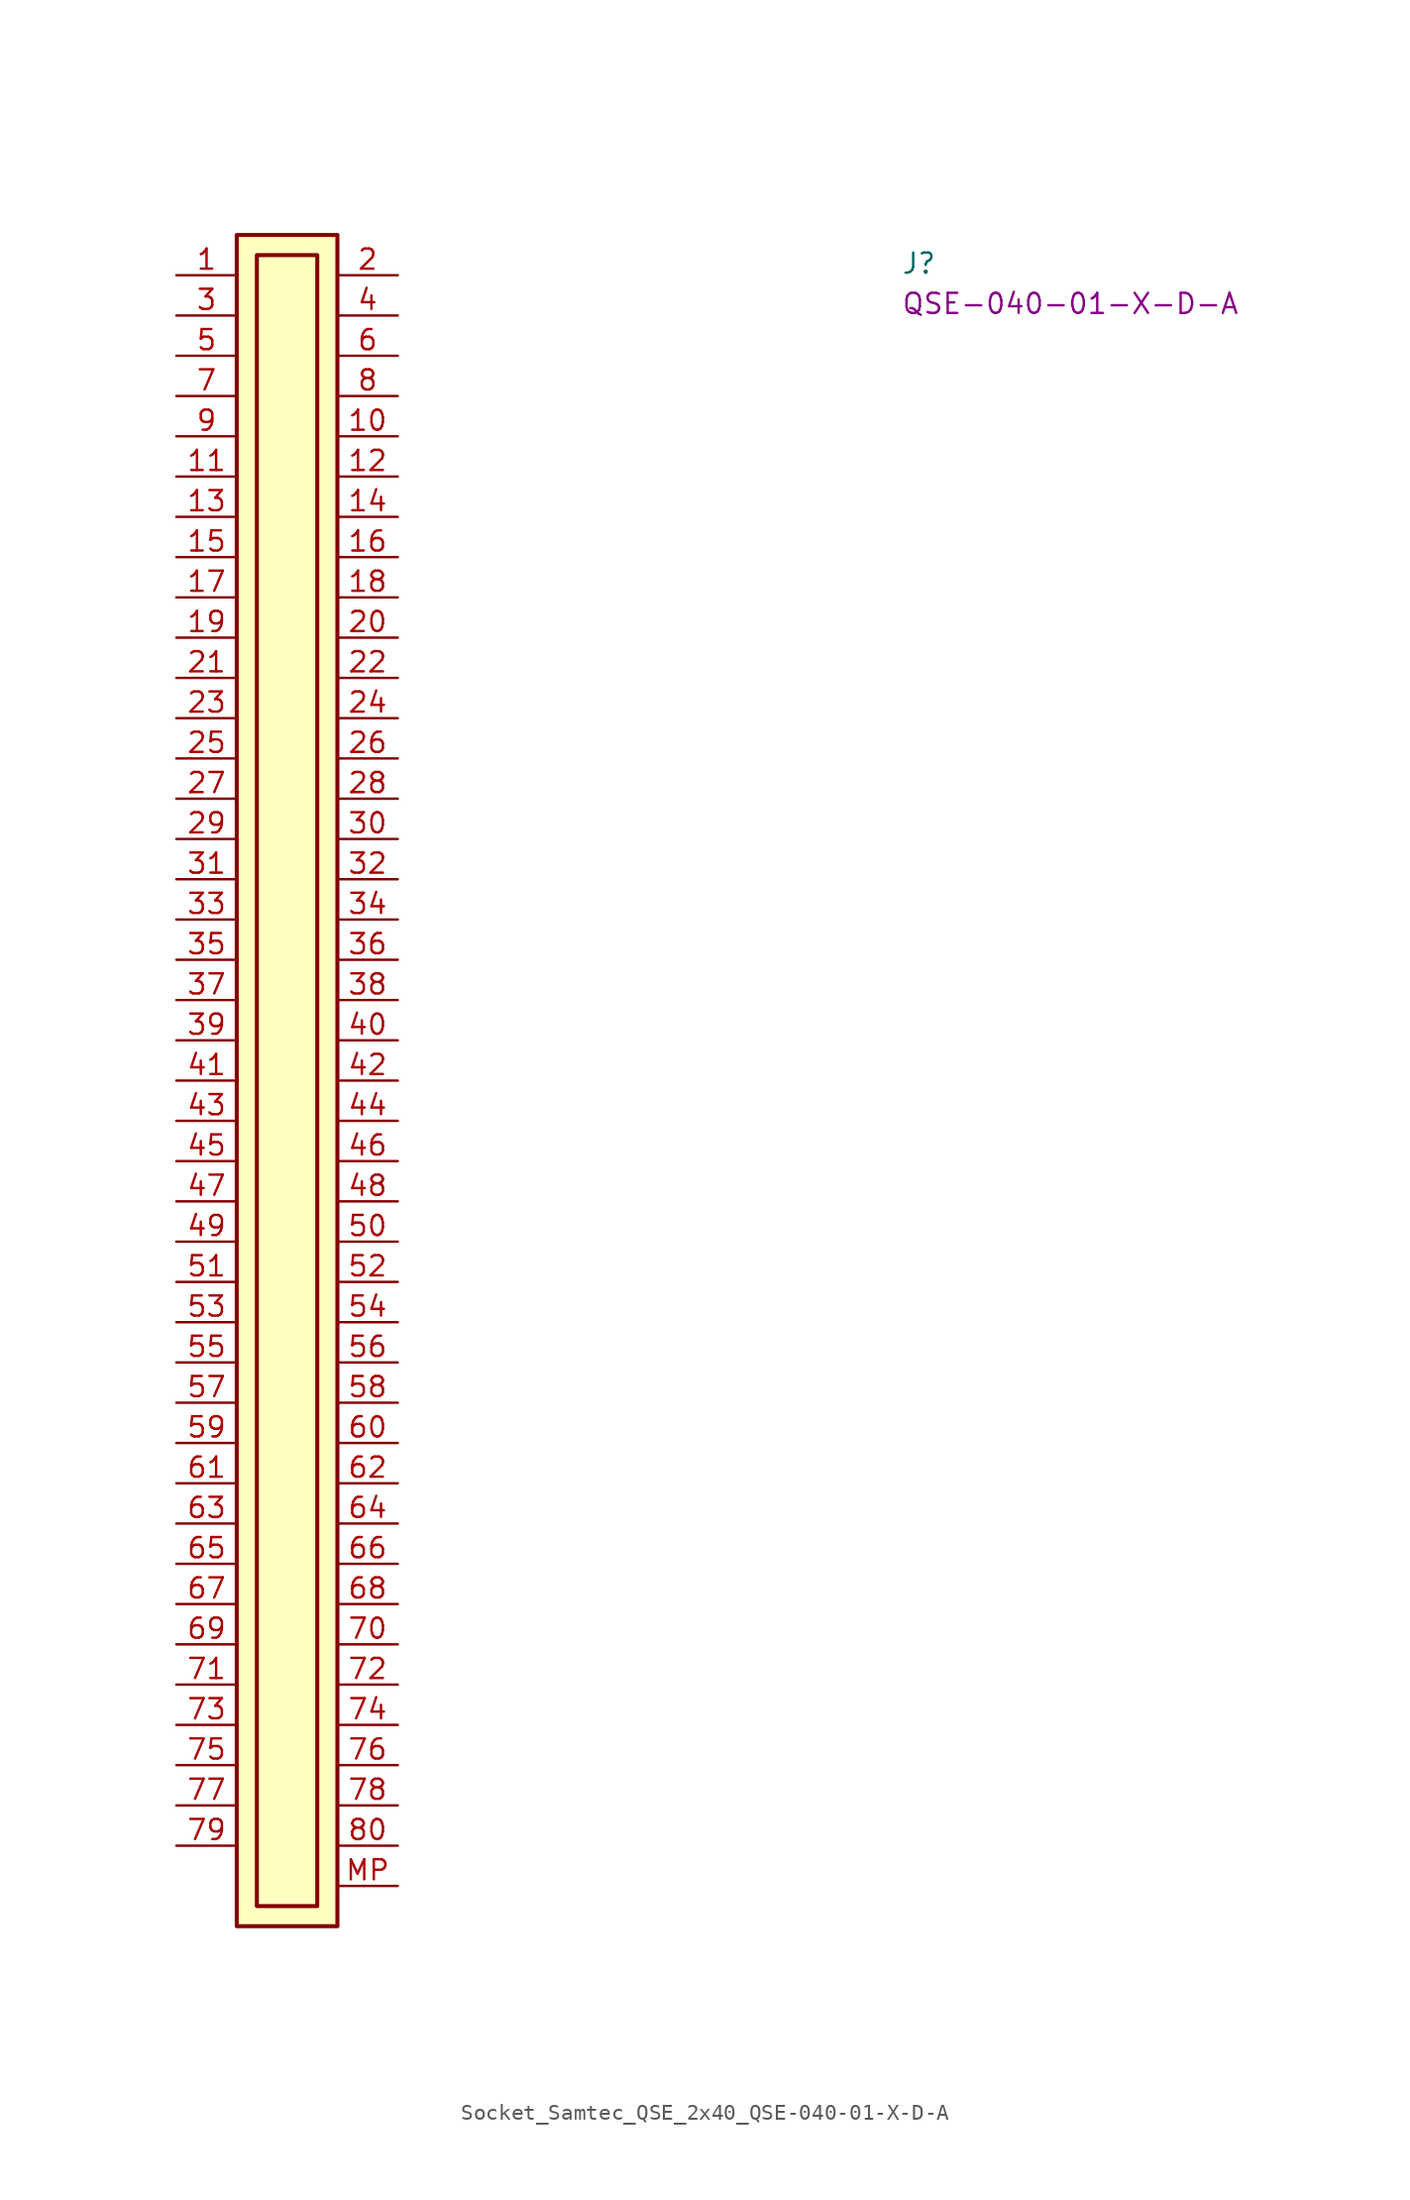
<source format=kicad_sym>
(kicad_symbol_lib
  (version 20220914)
  (generator kicad_symbol_editor)
  (symbol "Socket_Samtec_QSE_2x40_QSE-040-01-X-D-A"
    (pin_names hide)
    (property "Reference" "J"
      (at 45.72 0 0)
      (effects (font (size 1.27 1.27) (thickness 0.15)) (justify left bottom)))
    (property "MPN" "QSE-040-01-X-D-A"
      (at 45.72 -2.54 0)
      (effects (font (size 1.27 1.27) (thickness 0.15)) (justify left bottom)))
    (symbol "Socket_Samtec_QSE_2x40_QSE-040-01-X-D-A_1_1"
      (rectangle (start 3.81 2.54) (end 10.16 -104.14) (stroke (width 0.254) (type default)) (fill (type background)))
      (rectangle (start 5.08 1.27) (end 8.89 -102.87) (stroke (width 0.254) (type default)) (fill (type background)))
      (pin passive line (at 0 0 0) (length 3.81) (name "~" (effects (font (size 1.27 1.27)))) (number "1" (effects (font (size 1.27 1.27)))))
      (pin passive line (at 13.97 -10.16 180) (length 3.81) (name "~" (effects (font (size 1.27 1.27)))) (number "10" (effects (font (size 1.27 1.27)))))
      (pin passive line (at 0 -12.7 0) (length 3.81) (name "~" (effects (font (size 1.27 1.27)))) (number "11" (effects (font (size 1.27 1.27)))))
      (pin passive line (at 13.97 -12.7 180) (length 3.81) (name "~" (effects (font (size 1.27 1.27)))) (number "12" (effects (font (size 1.27 1.27)))))
      (pin passive line (at 0 -15.24 0) (length 3.81) (name "~" (effects (font (size 1.27 1.27)))) (number "13" (effects (font (size 1.27 1.27)))))
      (pin passive line (at 13.97 -15.24 180) (length 3.81) (name "~" (effects (font (size 1.27 1.27)))) (number "14" (effects (font (size 1.27 1.27)))))
      (pin passive line (at 0 -17.78 0) (length 3.81) (name "~" (effects (font (size 1.27 1.27)))) (number "15" (effects (font (size 1.27 1.27)))))
      (pin passive line (at 13.97 -17.78 180) (length 3.81) (name "~" (effects (font (size 1.27 1.27)))) (number "16" (effects (font (size 1.27 1.27)))))
      (pin passive line (at 0 -20.32 0) (length 3.81) (name "~" (effects (font (size 1.27 1.27)))) (number "17" (effects (font (size 1.27 1.27)))))
      (pin passive line (at 13.97 -20.32 180) (length 3.81) (name "~" (effects (font (size 1.27 1.27)))) (number "18" (effects (font (size 1.27 1.27)))))
      (pin passive line (at 0 -22.86 0) (length 3.81) (name "~" (effects (font (size 1.27 1.27)))) (number "19" (effects (font (size 1.27 1.27)))))
      (pin passive line (at 13.97 0 180) (length 3.81) (name "~" (effects (font (size 1.27 1.27)))) (number "2" (effects (font (size 1.27 1.27)))))
      (pin passive line (at 13.97 -22.86 180) (length 3.81) (name "~" (effects (font (size 1.27 1.27)))) (number "20" (effects (font (size 1.27 1.27)))))
      (pin passive line (at 0 -25.4 0) (length 3.81) (name "~" (effects (font (size 1.27 1.27)))) (number "21" (effects (font (size 1.27 1.27)))))
      (pin passive line (at 13.97 -25.4 180) (length 3.81) (name "~" (effects (font (size 1.27 1.27)))) (number "22" (effects (font (size 1.27 1.27)))))
      (pin passive line (at 0 -27.94 0) (length 3.81) (name "~" (effects (font (size 1.27 1.27)))) (number "23" (effects (font (size 1.27 1.27)))))
      (pin passive line (at 13.97 -27.94 180) (length 3.81) (name "~" (effects (font (size 1.27 1.27)))) (number "24" (effects (font (size 1.27 1.27)))))
      (pin passive line (at 0 -30.48 0) (length 3.81) (name "~" (effects (font (size 1.27 1.27)))) (number "25" (effects (font (size 1.27 1.27)))))
      (pin passive line (at 13.97 -30.48 180) (length 3.81) (name "~" (effects (font (size 1.27 1.27)))) (number "26" (effects (font (size 1.27 1.27)))))
      (pin passive line (at 0 -33.02 0) (length 3.81) (name "~" (effects (font (size 1.27 1.27)))) (number "27" (effects (font (size 1.27 1.27)))))
      (pin passive line (at 13.97 -33.02 180) (length 3.81) (name "~" (effects (font (size 1.27 1.27)))) (number "28" (effects (font (size 1.27 1.27)))))
      (pin passive line (at 0 -35.56 0) (length 3.81) (name "~" (effects (font (size 1.27 1.27)))) (number "29" (effects (font (size 1.27 1.27)))))
      (pin passive line (at 0 -2.54 0) (length 3.81) (name "~" (effects (font (size 1.27 1.27)))) (number "3" (effects (font (size 1.27 1.27)))))
      (pin passive line (at 13.97 -35.56 180) (length 3.81) (name "~" (effects (font (size 1.27 1.27)))) (number "30" (effects (font (size 1.27 1.27)))))
      (pin passive line (at 0 -38.1 0) (length 3.81) (name "~" (effects (font (size 1.27 1.27)))) (number "31" (effects (font (size 1.27 1.27)))))
      (pin passive line (at 13.97 -38.1 180) (length 3.81) (name "~" (effects (font (size 1.27 1.27)))) (number "32" (effects (font (size 1.27 1.27)))))
      (pin passive line (at 0 -40.64 0) (length 3.81) (name "~" (effects (font (size 1.27 1.27)))) (number "33" (effects (font (size 1.27 1.27)))))
      (pin passive line (at 13.97 -40.64 180) (length 3.81) (name "~" (effects (font (size 1.27 1.27)))) (number "34" (effects (font (size 1.27 1.27)))))
      (pin passive line (at 0 -43.18 0) (length 3.81) (name "~" (effects (font (size 1.27 1.27)))) (number "35" (effects (font (size 1.27 1.27)))))
      (pin passive line (at 13.97 -43.18 180) (length 3.81) (name "~" (effects (font (size 1.27 1.27)))) (number "36" (effects (font (size 1.27 1.27)))))
      (pin passive line (at 0 -45.72 0) (length 3.81) (name "~" (effects (font (size 1.27 1.27)))) (number "37" (effects (font (size 1.27 1.27)))))
      (pin passive line (at 13.97 -45.72 180) (length 3.81) (name "~" (effects (font (size 1.27 1.27)))) (number "38" (effects (font (size 1.27 1.27)))))
      (pin passive line (at 0 -48.26 0) (length 3.81) (name "~" (effects (font (size 1.27 1.27)))) (number "39" (effects (font (size 1.27 1.27)))))
      (pin passive line (at 13.97 -2.54 180) (length 3.81) (name "~" (effects (font (size 1.27 1.27)))) (number "4" (effects (font (size 1.27 1.27)))))
      (pin passive line (at 13.97 -48.26 180) (length 3.81) (name "~" (effects (font (size 1.27 1.27)))) (number "40" (effects (font (size 1.27 1.27)))))
      (pin passive line (at 0 -50.8 0) (length 3.81) (name "~" (effects (font (size 1.27 1.27)))) (number "41" (effects (font (size 1.27 1.27)))))
      (pin passive line (at 13.97 -50.8 180) (length 3.81) (name "~" (effects (font (size 1.27 1.27)))) (number "42" (effects (font (size 1.27 1.27)))))
      (pin passive line (at 0 -53.34 0) (length 3.81) (name "~" (effects (font (size 1.27 1.27)))) (number "43" (effects (font (size 1.27 1.27)))))
      (pin passive line (at 13.97 -53.34 180) (length 3.81) (name "~" (effects (font (size 1.27 1.27)))) (number "44" (effects (font (size 1.27 1.27)))))
      (pin passive line (at 0 -55.88 0) (length 3.81) (name "~" (effects (font (size 1.27 1.27)))) (number "45" (effects (font (size 1.27 1.27)))))
      (pin passive line (at 13.97 -55.88 180) (length 3.81) (name "~" (effects (font (size 1.27 1.27)))) (number "46" (effects (font (size 1.27 1.27)))))
      (pin passive line (at 0 -58.42 0) (length 3.81) (name "~" (effects (font (size 1.27 1.27)))) (number "47" (effects (font (size 1.27 1.27)))))
      (pin passive line (at 13.97 -58.42 180) (length 3.81) (name "~" (effects (font (size 1.27 1.27)))) (number "48" (effects (font (size 1.27 1.27)))))
      (pin passive line (at 0 -60.96 0) (length 3.81) (name "~" (effects (font (size 1.27 1.27)))) (number "49" (effects (font (size 1.27 1.27)))))
      (pin passive line (at 0 -5.08 0) (length 3.81) (name "~" (effects (font (size 1.27 1.27)))) (number "5" (effects (font (size 1.27 1.27)))))
      (pin passive line (at 13.97 -60.96 180) (length 3.81) (name "~" (effects (font (size 1.27 1.27)))) (number "50" (effects (font (size 1.27 1.27)))))
      (pin passive line (at 0 -63.5 0) (length 3.81) (name "~" (effects (font (size 1.27 1.27)))) (number "51" (effects (font (size 1.27 1.27)))))
      (pin passive line (at 13.97 -63.5 180) (length 3.81) (name "~" (effects (font (size 1.27 1.27)))) (number "52" (effects (font (size 1.27 1.27)))))
      (pin passive line (at 0 -66.04 0) (length 3.81) (name "~" (effects (font (size 1.27 1.27)))) (number "53" (effects (font (size 1.27 1.27)))))
      (pin passive line (at 13.97 -66.04 180) (length 3.81) (name "~" (effects (font (size 1.27 1.27)))) (number "54" (effects (font (size 1.27 1.27)))))
      (pin passive line (at 0 -68.58 0) (length 3.81) (name "~" (effects (font (size 1.27 1.27)))) (number "55" (effects (font (size 1.27 1.27)))))
      (pin passive line (at 13.97 -68.58 180) (length 3.81) (name "~" (effects (font (size 1.27 1.27)))) (number "56" (effects (font (size 1.27 1.27)))))
      (pin passive line (at 0 -71.12 0) (length 3.81) (name "~" (effects (font (size 1.27 1.27)))) (number "57" (effects (font (size 1.27 1.27)))))
      (pin passive line (at 13.97 -71.12 180) (length 3.81) (name "~" (effects (font (size 1.27 1.27)))) (number "58" (effects (font (size 1.27 1.27)))))
      (pin passive line (at 0 -73.66 0) (length 3.81) (name "~" (effects (font (size 1.27 1.27)))) (number "59" (effects (font (size 1.27 1.27)))))
      (pin passive line (at 13.97 -5.08 180) (length 3.81) (name "~" (effects (font (size 1.27 1.27)))) (number "6" (effects (font (size 1.27 1.27)))))
      (pin passive line (at 13.97 -73.66 180) (length 3.81) (name "~" (effects (font (size 1.27 1.27)))) (number "60" (effects (font (size 1.27 1.27)))))
      (pin passive line (at 0 -76.2 0) (length 3.81) (name "~" (effects (font (size 1.27 1.27)))) (number "61" (effects (font (size 1.27 1.27)))))
      (pin passive line (at 13.97 -76.2 180) (length 3.81) (name "~" (effects (font (size 1.27 1.27)))) (number "62" (effects (font (size 1.27 1.27)))))
      (pin passive line (at 0 -78.74 0) (length 3.81) (name "~" (effects (font (size 1.27 1.27)))) (number "63" (effects (font (size 1.27 1.27)))))
      (pin passive line (at 13.97 -78.74 180) (length 3.81) (name "~" (effects (font (size 1.27 1.27)))) (number "64" (effects (font (size 1.27 1.27)))))
      (pin passive line (at 0 -81.28 0) (length 3.81) (name "~" (effects (font (size 1.27 1.27)))) (number "65" (effects (font (size 1.27 1.27)))))
      (pin passive line (at 13.97 -81.28 180) (length 3.81) (name "~" (effects (font (size 1.27 1.27)))) (number "66" (effects (font (size 1.27 1.27)))))
      (pin passive line (at 0 -83.82 0) (length 3.81) (name "~" (effects (font (size 1.27 1.27)))) (number "67" (effects (font (size 1.27 1.27)))))
      (pin passive line (at 13.97 -83.82 180) (length 3.81) (name "~" (effects (font (size 1.27 1.27)))) (number "68" (effects (font (size 1.27 1.27)))))
      (pin passive line (at 0 -86.36 0) (length 3.81) (name "~" (effects (font (size 1.27 1.27)))) (number "69" (effects (font (size 1.27 1.27)))))
      (pin passive line (at 0 -7.62 0) (length 3.81) (name "~" (effects (font (size 1.27 1.27)))) (number "7" (effects (font (size 1.27 1.27)))))
      (pin passive line (at 13.97 -86.36 180) (length 3.81) (name "~" (effects (font (size 1.27 1.27)))) (number "70" (effects (font (size 1.27 1.27)))))
      (pin passive line (at 0 -88.9 0) (length 3.81) (name "~" (effects (font (size 1.27 1.27)))) (number "71" (effects (font (size 1.27 1.27)))))
      (pin passive line (at 13.97 -88.9 180) (length 3.81) (name "~" (effects (font (size 1.27 1.27)))) (number "72" (effects (font (size 1.27 1.27)))))
      (pin passive line (at 0 -91.44 0) (length 3.81) (name "~" (effects (font (size 1.27 1.27)))) (number "73" (effects (font (size 1.27 1.27)))))
      (pin passive line (at 13.97 -91.44 180) (length 3.81) (name "~" (effects (font (size 1.27 1.27)))) (number "74" (effects (font (size 1.27 1.27)))))
      (pin passive line (at 0 -93.98 0) (length 3.81) (name "~" (effects (font (size 1.27 1.27)))) (number "75" (effects (font (size 1.27 1.27)))))
      (pin passive line (at 13.97 -93.98 180) (length 3.81) (name "~" (effects (font (size 1.27 1.27)))) (number "76" (effects (font (size 1.27 1.27)))))
      (pin passive line (at 0 -96.52 0) (length 3.81) (name "~" (effects (font (size 1.27 1.27)))) (number "77" (effects (font (size 1.27 1.27)))))
      (pin passive line (at 13.97 -96.52 180) (length 3.81) (name "~" (effects (font (size 1.27 1.27)))) (number "78" (effects (font (size 1.27 1.27)))))
      (pin passive line (at 0 -99.06 0) (length 3.81) (name "~" (effects (font (size 1.27 1.27)))) (number "79" (effects (font (size 1.27 1.27)))))
      (pin passive line (at 13.97 -7.62 180) (length 3.81) (name "~" (effects (font (size 1.27 1.27)))) (number "8" (effects (font (size 1.27 1.27)))))
      (pin passive line (at 13.97 -99.06 180) (length 3.81) (name "~" (effects (font (size 1.27 1.27)))) (number "80" (effects (font (size 1.27 1.27)))))
      (pin passive line (at 0 -10.16 0) (length 3.81) (name "~" (effects (font (size 1.27 1.27)))) (number "9" (effects (font (size 1.27 1.27)))))
      (pin passive line (at 13.97 -101.6 180) (length 3.81) (name "MP" (effects (font (size 1.27 1.27)))) (number "MP" (effects (font (size 1.27 1.27))))))))
</source>
